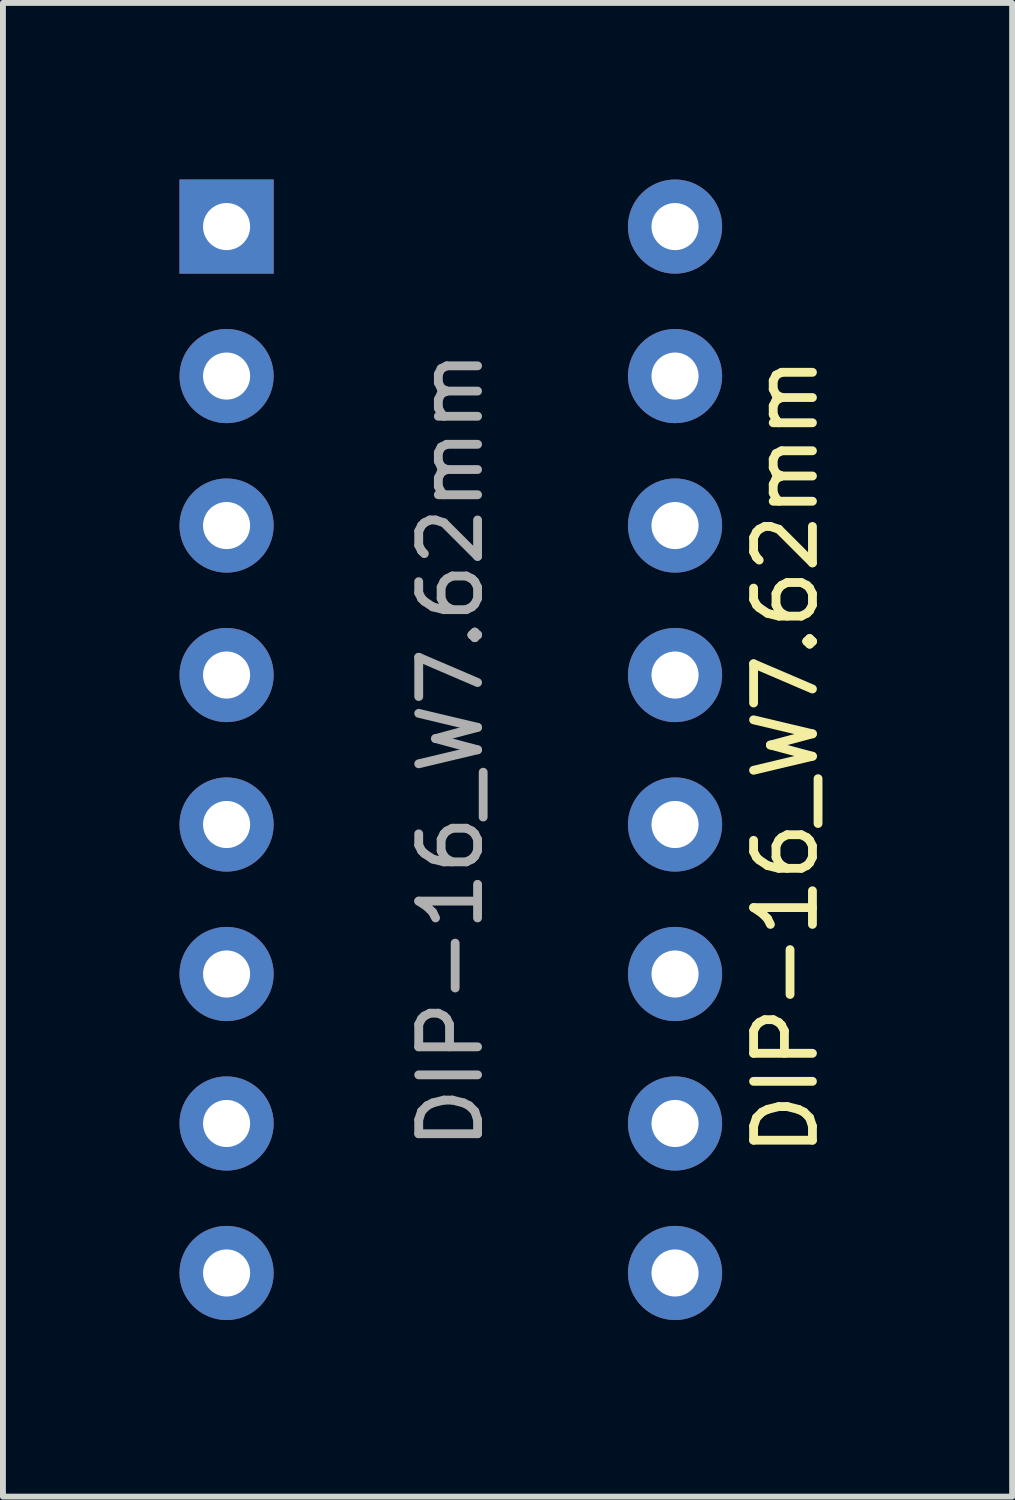
<source format=kicad_pcb>
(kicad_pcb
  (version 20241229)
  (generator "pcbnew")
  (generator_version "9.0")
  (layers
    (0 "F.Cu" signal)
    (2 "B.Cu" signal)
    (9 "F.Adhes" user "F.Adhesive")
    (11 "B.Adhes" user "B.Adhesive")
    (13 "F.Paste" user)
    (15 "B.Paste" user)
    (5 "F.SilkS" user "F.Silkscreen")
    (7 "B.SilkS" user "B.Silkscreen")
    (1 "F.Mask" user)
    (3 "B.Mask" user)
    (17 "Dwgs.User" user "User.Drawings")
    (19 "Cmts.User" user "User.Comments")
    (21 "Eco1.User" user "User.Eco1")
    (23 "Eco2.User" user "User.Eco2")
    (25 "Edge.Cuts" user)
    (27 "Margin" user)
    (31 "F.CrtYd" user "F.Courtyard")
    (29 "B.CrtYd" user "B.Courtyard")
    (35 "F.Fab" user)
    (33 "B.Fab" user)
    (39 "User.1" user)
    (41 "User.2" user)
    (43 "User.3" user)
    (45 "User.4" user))
  (footprint "DIP-16_W7.62mm"
    (layer "F.Cu")
    (at 0.8 0.8)
    (property "Reference" "DIP-16_W7.62mm" (at 9.5 9 90) (layer "F.SilkS") (effects (font (size 1 1) (thickness 0.15))))
    (attr through_hole)
    (fp_text user "${REFERENCE}" (at 3.81 8.89 90) (layer "F.Fab") (effects (font (size 1 1) (thickness 0.15))))
    (pad "1" thru_hole rect (at 0 0) (size 1.6 1.6) (drill 0.8) (layers "*.Cu" "*.Mask"))
    (pad "2" thru_hole oval (at 0 2.54) (size 1.6 1.6) (drill 0.8) (layers "*.Cu" "*.Mask"))
    (pad "3" thru_hole oval (at 0 5.08) (size 1.6 1.6) (drill 0.8) (layers "*.Cu" "*.Mask"))
    (pad "4" thru_hole oval (at 0 7.62) (size 1.6 1.6) (drill 0.8) (layers "*.Cu" "*.Mask"))
    (pad "5" thru_hole oval (at 0 10.16) (size 1.6 1.6) (drill 0.8) (layers "*.Cu" "*.Mask"))
    (pad "6" thru_hole oval (at 0 12.7) (size 1.6 1.6) (drill 0.8) (layers "*.Cu" "*.Mask"))
    (pad "7" thru_hole oval (at 0 15.24) (size 1.6 1.6) (drill 0.8) (layers "*.Cu" "*.Mask"))
    (pad "8" thru_hole oval (at 0 17.78) (size 1.6 1.6) (drill 0.8) (layers "*.Cu" "*.Mask"))
    (pad "9" thru_hole oval (at 7.62 17.78) (size 1.6 1.6) (drill 0.8) (layers "*.Cu" "*.Mask"))
    (pad "10" thru_hole oval (at 7.62 15.24) (size 1.6 1.6) (drill 0.8) (layers "*.Cu" "*.Mask"))
    (pad "11" thru_hole oval (at 7.62 12.7) (size 1.6 1.6) (drill 0.8) (layers "*.Cu" "*.Mask"))
    (pad "12" thru_hole oval (at 7.62 10.16) (size 1.6 1.6) (drill 0.8) (layers "*.Cu" "*.Mask"))
    (pad "13" thru_hole oval (at 7.62 7.62) (size 1.6 1.6) (drill 0.8) (layers "*.Cu" "*.Mask"))
    (pad "14" thru_hole oval (at 7.62 5.08) (size 1.6 1.6) (drill 0.8) (layers "*.Cu" "*.Mask"))
    (pad "15" thru_hole oval (at 7.62 2.54) (size 1.6 1.6) (drill 0.8) (layers "*.Cu" "*.Mask"))
    (pad "16" thru_hole oval (at 7.62 0) (size 1.6 1.6) (drill 0.8) (layers "*.Cu" "*.Mask")))
  (gr_rect
    (start -3 -3)
    (end 14.148 22.38)
    (stroke (width 0.1) (type default))
    (fill no)
    (layer "Edge.Cuts")))
</source>
